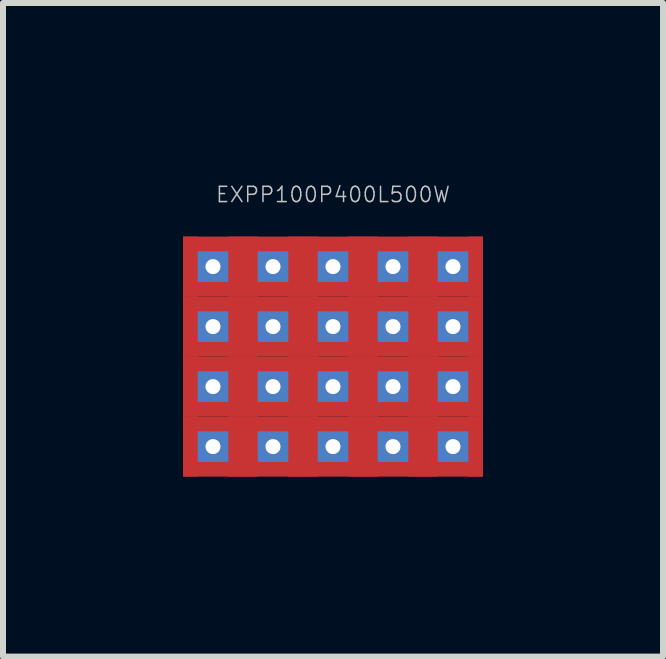
<source format=kicad_pcb>
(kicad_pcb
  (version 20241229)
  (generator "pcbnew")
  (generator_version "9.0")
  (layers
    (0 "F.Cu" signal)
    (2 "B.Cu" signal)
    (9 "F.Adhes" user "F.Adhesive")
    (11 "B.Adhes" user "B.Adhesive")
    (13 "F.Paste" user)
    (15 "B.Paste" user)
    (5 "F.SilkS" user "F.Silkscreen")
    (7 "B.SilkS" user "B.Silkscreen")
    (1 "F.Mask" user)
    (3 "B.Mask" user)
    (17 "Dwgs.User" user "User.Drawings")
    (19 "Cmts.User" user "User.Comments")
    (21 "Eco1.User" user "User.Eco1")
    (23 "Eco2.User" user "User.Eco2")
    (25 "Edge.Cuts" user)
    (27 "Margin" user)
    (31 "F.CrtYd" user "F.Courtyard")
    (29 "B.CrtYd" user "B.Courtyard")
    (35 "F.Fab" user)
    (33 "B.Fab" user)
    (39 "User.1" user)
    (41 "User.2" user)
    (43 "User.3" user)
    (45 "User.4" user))
  (footprint "EXPP100P400L500W"
    (layer "F.Cu")
    (at 2.5 2.893)
    (property "Reference" "EXPP100P400L500W" (at 0 -2.7 0) (layer "Dwgs.User") (effects (font (size 0.254 0.254) (thickness 0.025))))
    (attr smd)
    (pad "1" smd rect (at -2.375 -1.5) (size 0.25 1) (layers "F.Cu" "F.Mask"))
    (pad "1" smd rect (at -2.375 -0.5) (size 0.25 1) (layers "F.Cu" "F.Mask"))
    (pad "1" smd rect (at -2.375 0.5) (size 0.25 1) (layers "F.Cu" "F.Mask"))
    (pad "1" smd rect (at -2.375 1.5) (size 0.25 1) (layers "F.Cu" "F.Mask"))
    (pad "1" smd rect (at -2.27 -1.77) (size 0.35 0.35) (layers "F.Cu" "F.Mask" "F.Paste"))
    (pad "1" smd rect (at -2.27 -1.23) (size 0.35 0.35) (layers "F.Cu" "F.Paste"))
    (pad "1" smd rect (at -2.27 -0.77) (size 0.35 0.35) (layers "F.Cu" "F.Mask" "F.Paste"))
    (pad "1" smd rect (at -2.27 -0.23) (size 0.35 0.35) (layers "F.Cu" "F.Paste"))
    (pad "1" smd rect (at -2.27 0.23) (size 0.35 0.35) (layers "F.Cu" "F.Mask" "F.Paste"))
    (pad "1" smd rect (at -2.27 0.77) (size 0.35 0.35) (layers "F.Cu" "F.Paste"))
    (pad "1" smd rect (at -2.27 1.23) (size 0.35 0.35) (layers "F.Cu" "F.Mask" "F.Paste"))
    (pad "1" smd rect (at -2.27 1.77) (size 0.35 0.35) (layers "F.Cu" "F.Paste"))
    (pad "1" smd rect (at -2 -1.875) (size 1 0.25) (layers "F.Cu" "F.Mask"))
    (pad "1" thru_hole rect (at -2 -1.5) (size 0.51 0.51) (drill 0.25) (layers "*.Cu"))
    (pad "1" smd rect (at -2 -1.125) (size 1 0.25) (layers "F.Cu" "F.Mask"))
    (pad "1" smd rect (at -2 -0.875) (size 1 0.25) (layers "F.Cu" "F.Mask"))
    (pad "1" thru_hole rect (at -2 -0.5) (size 0.51 0.51) (drill 0.25) (layers "*.Cu"))
    (pad "1" smd rect (at -2 -0.125) (size 1 0.25) (layers "F.Cu" "F.Mask"))
    (pad "1" smd rect (at -2 0.125) (size 1 0.25) (layers "F.Cu" "F.Mask"))
    (pad "1" thru_hole rect (at -2 0.5) (size 0.51 0.51) (drill 0.25) (layers "*.Cu"))
    (pad "1" smd rect (at -2 0.875) (size 1 0.25) (layers "F.Cu" "F.Mask"))
    (pad "1" smd rect (at -2 1.125) (size 1 0.25) (layers "F.Cu" "F.Mask"))
    (pad "1" thru_hole rect (at -2 1.5) (size 0.51 0.51) (drill 0.25) (layers "*.Cu"))
    (pad "1" smd rect (at -2 1.875) (size 1 0.25) (layers "F.Cu" "F.Mask"))
    (pad "1" smd rect (at -1.73 -1.77) (size 0.35 0.35) (layers "F.Cu" "F.Paste"))
    (pad "1" smd rect (at -1.73 -1.23) (size 0.35 0.35) (layers "F.Cu" "F.Paste"))
    (pad "1" smd rect (at -1.73 -0.77) (size 0.35 0.35) (layers "F.Cu" "F.Paste"))
    (pad "1" smd rect (at -1.73 -0.23) (size 0.35 0.35) (layers "F.Cu" "F.Paste"))
    (pad "1" smd rect (at -1.73 0.23) (size 0.35 0.35) (layers "F.Cu" "F.Paste"))
    (pad "1" smd rect (at -1.73 0.77) (size 0.35 0.35) (layers "F.Cu" "F.Paste"))
    (pad "1" smd rect (at -1.73 1.23) (size 0.35 0.35) (layers "F.Cu" "F.Paste"))
    (pad "1" smd rect (at -1.73 1.77) (size 0.35 0.35) (layers "F.Cu" "F.Paste"))
    (pad "1" smd rect (at -1.625 -1.5) (size 0.25 1) (layers "F.Cu" "F.Mask"))
    (pad "1" smd rect (at -1.625 -0.5) (size 0.25 1) (layers "F.Cu" "F.Mask"))
    (pad "1" smd rect (at -1.625 0.5) (size 0.25 1) (layers "F.Cu" "F.Mask"))
    (pad "1" smd rect (at -1.625 1.5) (size 0.25 1) (layers "F.Cu" "F.Mask"))
    (pad "1" smd rect (at -1.375 -1.5) (size 0.25 1) (layers "F.Cu" "F.Mask"))
    (pad "1" smd rect (at -1.375 -0.5) (size 0.25 1) (layers "F.Cu" "F.Mask"))
    (pad "1" smd rect (at -1.375 0.5) (size 0.25 1) (layers "F.Cu" "F.Mask"))
    (pad "1" smd rect (at -1.375 1.5) (size 0.25 1) (layers "F.Cu" "F.Mask"))
    (pad "1" smd rect (at -1.27 -1.77) (size 0.35 0.35) (layers "F.Cu" "F.Mask" "F.Paste"))
    (pad "1" smd rect (at -1.27 -1.23) (size 0.35 0.35) (layers "F.Cu" "F.Paste"))
    (pad "1" smd rect (at -1.27 -0.77) (size 0.35 0.35) (layers "F.Cu" "F.Mask" "F.Paste"))
    (pad "1" smd rect (at -1.27 -0.23) (size 0.35 0.35) (layers "F.Cu" "F.Paste"))
    (pad "1" smd rect (at -1.27 0.23) (size 0.35 0.35) (layers "F.Cu" "F.Mask" "F.Paste"))
    (pad "1" smd rect (at -1.27 0.77) (size 0.35 0.35) (layers "F.Cu" "F.Paste"))
    (pad "1" smd rect (at -1.27 1.23) (size 0.35 0.35) (layers "F.Cu" "F.Mask" "F.Paste"))
    (pad "1" smd rect (at -1.27 1.77) (size 0.35 0.35) (layers "F.Cu" "F.Paste"))
    (pad "1" smd rect (at -1 -1.875) (size 1 0.25) (layers "F.Cu" "F.Mask"))
    (pad "1" thru_hole rect (at -1 -1.5) (size 0.51 0.51) (drill 0.25) (layers "*.Cu"))
    (pad "1" smd rect (at -1 -1.125) (size 1 0.25) (layers "F.Cu" "F.Mask"))
    (pad "1" smd rect (at -1 -0.875) (size 1 0.25) (layers "F.Cu" "F.Mask"))
    (pad "1" thru_hole rect (at -1 -0.5) (size 0.51 0.51) (drill 0.25) (layers "*.Cu"))
    (pad "1" smd rect (at -1 -0.125) (size 1 0.25) (layers "F.Cu" "F.Mask"))
    (pad "1" smd rect (at -1 0.125) (size 1 0.25) (layers "F.Cu" "F.Mask"))
    (pad "1" thru_hole rect (at -1 0.5) (size 0.51 0.51) (drill 0.25) (layers "*.Cu"))
    (pad "1" smd rect (at -1 0.875) (size 1 0.25) (layers "F.Cu" "F.Mask"))
    (pad "1" smd rect (at -1 1.125) (size 1 0.25) (layers "F.Cu" "F.Mask"))
    (pad "1" thru_hole rect (at -1 1.5) (size 0.51 0.51) (drill 0.25) (layers "*.Cu"))
    (pad "1" smd rect (at -1 1.875) (size 1 0.25) (layers "F.Cu" "F.Mask"))
    (pad "1" smd rect (at -0.73 -1.77) (size 0.35 0.35) (layers "F.Cu" "F.Paste"))
    (pad "1" smd rect (at -0.73 -1.23) (size 0.35 0.35) (layers "F.Cu" "F.Paste"))
    (pad "1" smd rect (at -0.73 -0.77) (size 0.35 0.35) (layers "F.Cu" "F.Paste"))
    (pad "1" smd rect (at -0.73 -0.23) (size 0.35 0.35) (layers "F.Cu" "F.Paste"))
    (pad "1" smd rect (at -0.73 0.23) (size 0.35 0.35) (layers "F.Cu" "F.Paste"))
    (pad "1" smd rect (at -0.73 0.77) (size 0.35 0.35) (layers "F.Cu" "F.Paste"))
    (pad "1" smd rect (at -0.73 1.23) (size 0.35 0.35) (layers "F.Cu" "F.Paste"))
    (pad "1" smd rect (at -0.73 1.77) (size 0.35 0.35) (layers "F.Cu" "F.Paste"))
    (pad "1" smd rect (at -0.625 -1.5) (size 0.25 1) (layers "F.Cu" "F.Mask"))
    (pad "1" smd rect (at -0.625 -0.5) (size 0.25 1) (layers "F.Cu" "F.Mask"))
    (pad "1" smd rect (at -0.625 0.5) (size 0.25 1) (layers "F.Cu" "F.Mask"))
    (pad "1" smd rect (at -0.625 1.5) (size 0.25 1) (layers "F.Cu" "F.Mask"))
    (pad "1" smd rect (at -0.375 -1.5) (size 0.25 1) (layers "F.Cu" "F.Mask"))
    (pad "1" smd rect (at -0.375 -0.5) (size 0.25 1) (layers "F.Cu" "F.Mask"))
    (pad "1" smd rect (at -0.375 0.5) (size 0.25 1) (layers "F.Cu" "F.Mask"))
    (pad "1" smd rect (at -0.375 1.5) (size 0.25 1) (layers "F.Cu" "F.Mask"))
    (pad "1" smd rect (at -0.27 -1.77) (size 0.35 0.35) (layers "F.Cu" "F.Mask" "F.Paste"))
    (pad "1" smd rect (at -0.27 -1.23) (size 0.35 0.35) (layers "F.Cu" "F.Paste"))
    (pad "1" smd rect (at -0.27 -0.77) (size 0.35 0.35) (layers "F.Cu" "F.Mask" "F.Paste"))
    (pad "1" smd rect (at -0.27 -0.23) (size 0.35 0.35) (layers "F.Cu" "F.Paste"))
    (pad "1" smd rect (at -0.27 0.23) (size 0.35 0.35) (layers "F.Cu" "F.Mask" "F.Paste"))
    (pad "1" smd rect (at -0.27 0.77) (size 0.35 0.35) (layers "F.Cu" "F.Paste"))
    (pad "1" smd rect (at -0.27 1.23) (size 0.35 0.35) (layers "F.Cu" "F.Mask" "F.Paste"))
    (pad "1" smd rect (at -0.27 1.77) (size 0.35 0.35) (layers "F.Cu" "F.Paste"))
    (pad "1" smd rect (at 0 -1.875) (size 1 0.25) (layers "F.Cu" "F.Mask"))
    (pad "1" thru_hole rect (at 0 -1.5) (size 0.51 0.51) (drill 0.25) (layers "*.Cu"))
    (pad "1" smd rect (at 0 -1.125) (size 1 0.25) (layers "F.Cu" "F.Mask"))
    (pad "1" smd rect (at 0 -0.875) (size 1 0.25) (layers "F.Cu" "F.Mask"))
    (pad "1" thru_hole rect (at 0 -0.5) (size 0.51 0.51) (drill 0.25) (layers "*.Cu"))
    (pad "1" smd rect (at 0 -0.125) (size 1 0.25) (layers "F.Cu" "F.Mask"))
    (pad "1" smd rect (at 0 0.125) (size 1 0.25) (layers "F.Cu" "F.Mask"))
    (pad "1" thru_hole rect (at 0 0.5) (size 0.51 0.51) (drill 0.25) (layers "*.Cu"))
    (pad "1" smd rect (at 0 0.875) (size 1 0.25) (layers "F.Cu" "F.Mask"))
    (pad "1" smd rect (at 0 1.125) (size 1 0.25) (layers "F.Cu" "F.Mask"))
    (pad "1" thru_hole rect (at 0 1.5) (size 0.51 0.51) (drill 0.25) (layers "*.Cu"))
    (pad "1" smd rect (at 0 1.875) (size 1 0.25) (layers "F.Cu" "F.Mask"))
    (pad "1" smd rect (at 0.27 -1.77) (size 0.35 0.35) (layers "F.Cu" "F.Paste"))
    (pad "1" smd rect (at 0.27 -1.23) (size 0.35 0.35) (layers "F.Cu" "F.Paste"))
    (pad "1" smd rect (at 0.27 -0.77) (size 0.35 0.35) (layers "F.Cu" "F.Paste"))
    (pad "1" smd rect (at 0.27 -0.23) (size 0.35 0.35) (layers "F.Cu" "F.Paste"))
    (pad "1" smd rect (at 0.27 0.23) (size 0.35 0.35) (layers "F.Cu" "F.Paste"))
    (pad "1" smd rect (at 0.27 0.77) (size 0.35 0.35) (layers "F.Cu" "F.Paste"))
    (pad "1" smd rect (at 0.27 1.23) (size 0.35 0.35) (layers "F.Cu" "F.Paste"))
    (pad "1" smd rect (at 0.27 1.77) (size 0.35 0.35) (layers "F.Cu" "F.Paste"))
    (pad "1" smd rect (at 0.375 -1.5) (size 0.25 1) (layers "F.Cu" "F.Mask"))
    (pad "1" smd rect (at 0.375 -0.5) (size 0.25 1) (layers "F.Cu" "F.Mask"))
    (pad "1" smd rect (at 0.375 0.5) (size 0.25 1) (layers "F.Cu" "F.Mask"))
    (pad "1" smd rect (at 0.375 1.5) (size 0.25 1) (layers "F.Cu" "F.Mask"))
    (pad "1" smd rect (at 0.625 -1.5) (size 0.25 1) (layers "F.Cu" "F.Mask"))
    (pad "1" smd rect (at 0.625 -0.5) (size 0.25 1) (layers "F.Cu" "F.Mask"))
    (pad "1" smd rect (at 0.625 0.5) (size 0.25 1) (layers "F.Cu" "F.Mask"))
    (pad "1" smd rect (at 0.625 1.5) (size 0.25 1) (layers "F.Cu" "F.Mask"))
    (pad "1" smd rect (at 0.73 -1.77) (size 0.35 0.35) (layers "F.Cu" "F.Mask" "F.Paste"))
    (pad "1" smd rect (at 0.73 -1.23) (size 0.35 0.35) (layers "F.Cu" "F.Paste"))
    (pad "1" smd rect (at 0.73 -0.77) (size 0.35 0.35) (layers "F.Cu" "F.Mask" "F.Paste"))
    (pad "1" smd rect (at 0.73 -0.23) (size 0.35 0.35) (layers "F.Cu" "F.Paste"))
    (pad "1" smd rect (at 0.73 0.23) (size 0.35 0.35) (layers "F.Cu" "F.Mask" "F.Paste"))
    (pad "1" smd rect (at 0.73 0.77) (size 0.35 0.35) (layers "F.Cu" "F.Paste"))
    (pad "1" smd rect (at 0.73 1.23) (size 0.35 0.35) (layers "F.Cu" "F.Mask" "F.Paste"))
    (pad "1" smd rect (at 0.73 1.77) (size 0.35 0.35) (layers "F.Cu" "F.Paste"))
    (pad "1" smd rect (at 1 -1.875) (size 1 0.25) (layers "F.Cu" "F.Mask"))
    (pad "1" thru_hole rect (at 1 -1.5) (size 0.51 0.51) (drill 0.25) (layers "*.Cu"))
    (pad "1" smd rect (at 1 -1.125) (size 1 0.25) (layers "F.Cu" "F.Mask"))
    (pad "1" smd rect (at 1 -0.875) (size 1 0.25) (layers "F.Cu" "F.Mask"))
    (pad "1" thru_hole rect (at 1 -0.5) (size 0.51 0.51) (drill 0.25) (layers "*.Cu"))
    (pad "1" smd rect (at 1 -0.125) (size 1 0.25) (layers "F.Cu" "F.Mask"))
    (pad "1" smd rect (at 1 0.125) (size 1 0.25) (layers "F.Cu" "F.Mask"))
    (pad "1" thru_hole rect (at 1 0.5) (size 0.51 0.51) (drill 0.25) (layers "*.Cu"))
    (pad "1" smd rect (at 1 0.875) (size 1 0.25) (layers "F.Cu" "F.Mask"))
    (pad "1" smd rect (at 1 1.125) (size 1 0.25) (layers "F.Cu" "F.Mask"))
    (pad "1" thru_hole rect (at 1 1.5) (size 0.51 0.51) (drill 0.25) (layers "*.Cu"))
    (pad "1" smd rect (at 1 1.875) (size 1 0.25) (layers "F.Cu" "F.Mask"))
    (pad "1" smd rect (at 1.27 -1.77) (size 0.35 0.35) (layers "F.Cu" "F.Paste"))
    (pad "1" smd rect (at 1.27 -1.23) (size 0.35 0.35) (layers "F.Cu" "F.Paste"))
    (pad "1" smd rect (at 1.27 -0.77) (size 0.35 0.35) (layers "F.Cu" "F.Paste"))
    (pad "1" smd rect (at 1.27 -0.23) (size 0.35 0.35) (layers "F.Cu" "F.Paste"))
    (pad "1" smd rect (at 1.27 0.23) (size 0.35 0.35) (layers "F.Cu" "F.Paste"))
    (pad "1" smd rect (at 1.27 0.77) (size 0.35 0.35) (layers "F.Cu" "F.Paste"))
    (pad "1" smd rect (at 1.27 1.23) (size 0.35 0.35) (layers "F.Cu" "F.Paste"))
    (pad "1" smd rect (at 1.27 1.77) (size 0.35 0.35) (layers "F.Cu" "F.Paste"))
    (pad "1" smd rect (at 1.375 -1.5) (size 0.25 1) (layers "F.Cu" "F.Mask"))
    (pad "1" smd rect (at 1.375 -0.5) (size 0.25 1) (layers "F.Cu" "F.Mask"))
    (pad "1" smd rect (at 1.375 0.5) (size 0.25 1) (layers "F.Cu" "F.Mask"))
    (pad "1" smd rect (at 1.375 1.5) (size 0.25 1) (layers "F.Cu" "F.Mask"))
    (pad "1" smd rect (at 1.625 -1.5) (size 0.25 1) (layers "F.Cu" "F.Mask"))
    (pad "1" smd rect (at 1.625 -0.5) (size 0.25 1) (layers "F.Cu" "F.Mask"))
    (pad "1" smd rect (at 1.625 0.5) (size 0.25 1) (layers "F.Cu" "F.Mask"))
    (pad "1" smd rect (at 1.625 1.5) (size 0.25 1) (layers "F.Cu" "F.Mask"))
    (pad "1" smd rect (at 1.73 -1.77) (size 0.35 0.35) (layers "F.Cu" "F.Mask" "F.Paste"))
    (pad "1" smd rect (at 1.73 -1.23) (size 0.35 0.35) (layers "F.Cu" "F.Paste"))
    (pad "1" smd rect (at 1.73 -0.77) (size 0.35 0.35) (layers "F.Cu" "F.Mask" "F.Paste"))
    (pad "1" smd rect (at 1.73 -0.23) (size 0.35 0.35) (layers "F.Cu" "F.Paste"))
    (pad "1" smd rect (at 1.73 0.23) (size 0.35 0.35) (layers "F.Cu" "F.Mask" "F.Paste"))
    (pad "1" smd rect (at 1.73 0.77) (size 0.35 0.35) (layers "F.Cu" "F.Paste"))
    (pad "1" smd rect (at 1.73 1.23) (size 0.35 0.35) (layers "F.Cu" "F.Mask" "F.Paste"))
    (pad "1" smd rect (at 1.73 1.77) (size 0.35 0.35) (layers "F.Cu" "F.Paste"))
    (pad "1" smd rect (at 2 -1.875) (size 1 0.25) (layers "F.Cu" "F.Mask"))
    (pad "1" thru_hole rect (at 2 -1.5) (size 0.51 0.51) (drill 0.25) (layers "*.Cu"))
    (pad "1" smd rect (at 2 -1.125) (size 1 0.25) (layers "F.Cu" "F.Mask"))
    (pad "1" smd rect (at 2 -0.875) (size 1 0.25) (layers "F.Cu" "F.Mask"))
    (pad "1" thru_hole rect (at 2 -0.5) (size 0.51 0.51) (drill 0.25) (layers "*.Cu"))
    (pad "1" smd rect (at 2 -0.125) (size 1 0.25) (layers "F.Cu" "F.Mask"))
    (pad "1" smd rect (at 2 0.125) (size 1 0.25) (layers "F.Cu" "F.Mask"))
    (pad "1" thru_hole rect (at 2 0.5) (size 0.51 0.51) (drill 0.25) (layers "*.Cu"))
    (pad "1" smd rect (at 2 0.875) (size 1 0.25) (layers "F.Cu" "F.Mask"))
    (pad "1" smd rect (at 2 1.125) (size 1 0.25) (layers "F.Cu" "F.Mask"))
    (pad "1" thru_hole rect (at 2 1.5) (size 0.51 0.51) (drill 0.25) (layers "*.Cu"))
    (pad "1" smd rect (at 2 1.875) (size 1 0.25) (layers "F.Cu" "F.Mask"))
    (pad "1" smd rect (at 2.27 -1.77) (size 0.35 0.35) (layers "F.Cu" "F.Paste"))
    (pad "1" smd rect (at 2.27 -1.23) (size 0.35 0.35) (layers "F.Cu" "F.Paste"))
    (pad "1" smd rect (at 2.27 -0.77) (size 0.35 0.35) (layers "F.Cu" "F.Paste"))
    (pad "1" smd rect (at 2.27 -0.23) (size 0.35 0.35) (layers "F.Cu" "F.Paste"))
    (pad "1" smd rect (at 2.27 0.23) (size 0.35 0.35) (layers "F.Cu" "F.Paste"))
    (pad "1" smd rect (at 2.27 0.77) (size 0.35 0.35) (layers "F.Cu" "F.Paste"))
    (pad "1" smd rect (at 2.27 1.23) (size 0.35 0.35) (layers "F.Cu" "F.Paste"))
    (pad "1" smd rect (at 2.27 1.77) (size 0.35 0.35) (layers "F.Cu" "F.Paste"))
    (pad "1" smd rect (at 2.375 -1.5) (size 0.25 1) (layers "F.Cu" "F.Mask"))
    (pad "1" smd rect (at 2.375 -0.5) (size 0.25 1) (layers "F.Cu" "F.Mask"))
    (pad "1" smd rect (at 2.375 0.5) (size 0.25 1) (layers "F.Cu" "F.Mask"))
    (pad "1" smd rect (at 2.375 1.5) (size 0.25 1) (layers "F.Cu" "F.Mask")))
  (gr_rect
    (start -3 -3)
    (end 8 7.893)
    (stroke (width 0.1) (type default))
    (fill no)
    (layer "Edge.Cuts")))
</source>
